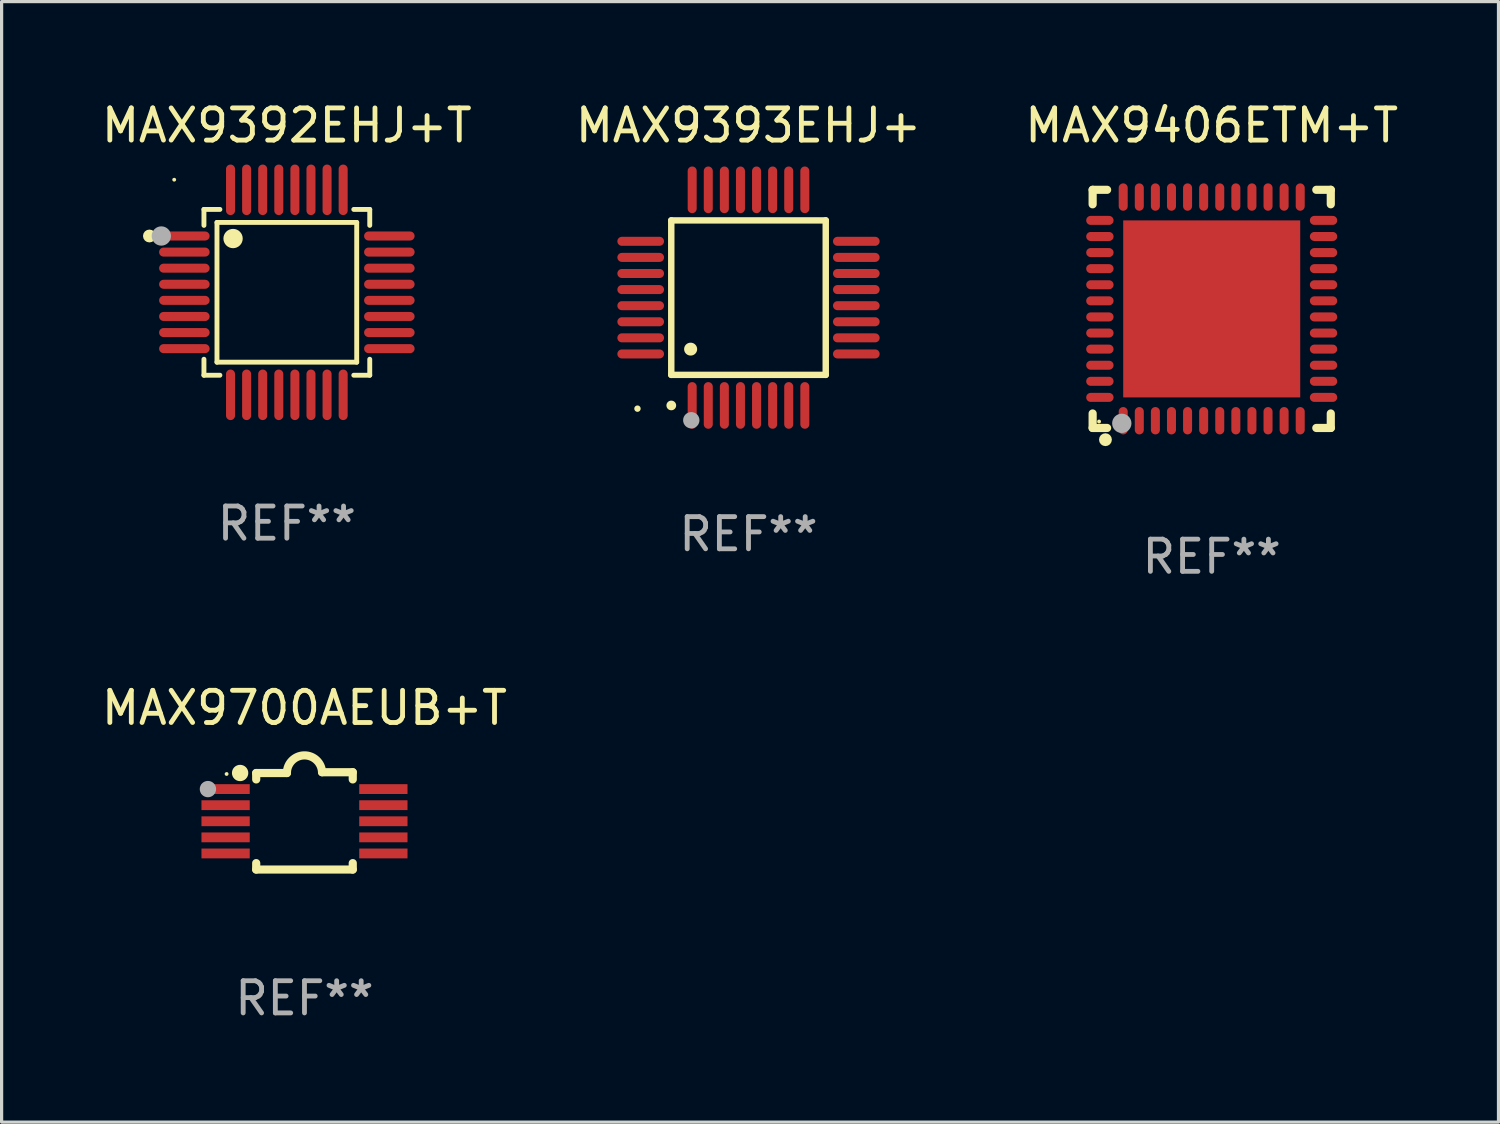
<source format=kicad_pcb>
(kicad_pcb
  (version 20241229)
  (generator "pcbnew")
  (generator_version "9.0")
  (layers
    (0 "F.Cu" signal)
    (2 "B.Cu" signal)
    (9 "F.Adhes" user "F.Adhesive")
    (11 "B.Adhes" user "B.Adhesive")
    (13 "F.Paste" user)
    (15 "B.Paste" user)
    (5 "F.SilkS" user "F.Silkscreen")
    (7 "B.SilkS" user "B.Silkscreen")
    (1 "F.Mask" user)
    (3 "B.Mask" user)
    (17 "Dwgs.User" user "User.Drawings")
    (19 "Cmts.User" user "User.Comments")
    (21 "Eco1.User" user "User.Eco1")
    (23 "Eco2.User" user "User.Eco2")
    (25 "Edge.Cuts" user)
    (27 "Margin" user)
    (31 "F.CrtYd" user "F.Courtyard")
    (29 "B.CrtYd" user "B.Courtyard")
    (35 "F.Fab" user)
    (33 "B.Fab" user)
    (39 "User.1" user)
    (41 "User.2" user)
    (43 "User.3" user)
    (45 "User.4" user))
  (footprint "MAX9393EHJ+"
    (layer "F.Cu")
    (at 20.208 6.198)
    (property "Reference" "MAX9393EHJ+" (at 0 -5.35 0) (layer "F.SilkS") (effects (font (size 1 1) (thickness 0.15))))
    (attr through_hole)
    (fp_line (start -2.4 -2.4) (end -2.4 2.4) (stroke (width 0.2) (type solid)) (layer "F.SilkS"))
    (fp_line (start -2.4 2.4) (end 2.4 2.4) (stroke (width 0.2) (type solid)) (layer "F.SilkS"))
    (fp_line (start 2.4 -2.4) (end -2.4 -2.4) (stroke (width 0.2) (type solid)) (layer "F.SilkS"))
    (fp_line (start 2.4 2.4) (end 2.4 -2.4) (stroke (width 0.2) (type solid)) (layer "F.SilkS"))
    (fp_arc (start -2.400305 3.350267) (mid -2.399035 3.350262) (end -2.397765 3.350267) (stroke (width 0.3) (type solid)) (layer "F.SilkS"))
    (fp_arc (start -1.800864 1.600203) (mid -1.798324 1.600187) (end -1.795784 1.600203) (stroke (width 0.4) (type solid)) (layer "F.SilkS"))
    (fp_circle (center -3.45 3.45) (end -3.4 3.45) (stroke (width 0.1) (type solid)) (fill no) (layer "F.SilkS"))
    (fp_circle (center -1.778 3.81) (end -1.651 3.81) (stroke (width 0.254) (type solid)) (fill no) (layer "F.Fab"))
    (fp_text user "REF**" (at 0 7.35 0) (layer "F.Fab") (effects (font (size 1 1) (thickness 0.15))))
    (pad "1" smd oval (at -1.75 3.35) (size 0.28 1.45) (layers "F.Cu" "F.Mask" "F.Paste"))
    (pad "2" smd oval (at -1.25 3.35) (size 0.28 1.45) (layers "F.Cu" "F.Mask" "F.Paste"))
    (pad "3" smd oval (at -0.75 3.35) (size 0.28 1.45) (layers "F.Cu" "F.Mask" "F.Paste"))
    (pad "4" smd oval (at -0.25 3.35) (size 0.28 1.45) (layers "F.Cu" "F.Mask" "F.Paste"))
    (pad "5" smd oval (at 0.25 3.35) (size 0.28 1.45) (layers "F.Cu" "F.Mask" "F.Paste"))
    (pad "6" smd oval (at 0.75 3.35) (size 0.28 1.45) (layers "F.Cu" "F.Mask" "F.Paste"))
    (pad "7" smd oval (at 1.25 3.35) (size 0.28 1.45) (layers "F.Cu" "F.Mask" "F.Paste"))
    (pad "8" smd oval (at 1.75 3.35) (size 0.28 1.45) (layers "F.Cu" "F.Mask" "F.Paste"))
    (pad "9" smd oval (at 3.35 1.75) (size 1.45 0.28) (layers "F.Cu" "F.Mask" "F.Paste"))
    (pad "10" smd oval (at 3.35 1.25) (size 1.45 0.28) (layers "F.Cu" "F.Mask" "F.Paste"))
    (pad "11" smd oval (at 3.35 0.75) (size 1.45 0.28) (layers "F.Cu" "F.Mask" "F.Paste"))
    (pad "12" smd oval (at 3.35 0.25) (size 1.45 0.28) (layers "F.Cu" "F.Mask" "F.Paste"))
    (pad "13" smd oval (at 3.35 -0.25) (size 1.45 0.28) (layers "F.Cu" "F.Mask" "F.Paste"))
    (pad "14" smd oval (at 3.35 -0.75) (size 1.45 0.28) (layers "F.Cu" "F.Mask" "F.Paste"))
    (pad "15" smd oval (at 3.35 -1.25) (size 1.45 0.28) (layers "F.Cu" "F.Mask" "F.Paste"))
    (pad "16" smd oval (at 3.35 -1.75) (size 1.45 0.28) (layers "F.Cu" "F.Mask" "F.Paste"))
    (pad "17" smd oval (at 1.75 -3.35) (size 0.28 1.45) (layers "F.Cu" "F.Mask" "F.Paste"))
    (pad "18" smd oval (at 1.25 -3.35) (size 0.28 1.45) (layers "F.Cu" "F.Mask" "F.Paste"))
    (pad "19" smd oval (at 0.75 -3.35) (size 0.28 1.45) (layers "F.Cu" "F.Mask" "F.Paste"))
    (pad "20" smd oval (at 0.25 -3.35) (size 0.28 1.45) (layers "F.Cu" "F.Mask" "F.Paste"))
    (pad "21" smd oval (at -0.25 -3.35) (size 0.28 1.45) (layers "F.Cu" "F.Mask" "F.Paste"))
    (pad "22" smd oval (at -0.75 -3.35) (size 0.28 1.45) (layers "F.Cu" "F.Mask" "F.Paste"))
    (pad "23" smd oval (at -1.25 -3.35) (size 0.28 1.45) (layers "F.Cu" "F.Mask" "F.Paste"))
    (pad "24" smd oval (at -1.75 -3.35) (size 0.28 1.45) (layers "F.Cu" "F.Mask" "F.Paste"))
    (pad "25" smd oval (at -3.35 -1.75) (size 1.45 0.28) (layers "F.Cu" "F.Mask" "F.Paste"))
    (pad "26" smd oval (at -3.35 -1.25) (size 1.45 0.28) (layers "F.Cu" "F.Mask" "F.Paste"))
    (pad "27" smd oval (at -3.35 -0.75) (size 1.45 0.28) (layers "F.Cu" "F.Mask" "F.Paste"))
    (pad "28" smd oval (at -3.35 -0.25) (size 1.45 0.28) (layers "F.Cu" "F.Mask" "F.Paste"))
    (pad "29" smd oval (at -3.35 0.25) (size 1.45 0.28) (layers "F.Cu" "F.Mask" "F.Paste"))
    (pad "30" smd oval (at -3.35 0.75) (size 1.45 0.28) (layers "F.Cu" "F.Mask" "F.Paste"))
    (pad "31" smd oval (at -3.35 1.25) (size 1.45 0.28) (layers "F.Cu" "F.Mask" "F.Paste"))
    (pad "32" smd oval (at -3.35 1.75) (size 1.45 0.28) (layers "F.Cu" "F.Mask" "F.Paste")))
  (footprint "MAX9392EHJ+T"
    (layer "F.Cu")
    (at 5.863 6.033)
    (property "Reference" "MAX9392EHJ+T" (at 0 -5.185 0) (layer "F.SilkS") (effects (font (size 1 1) (thickness 0.15))))
    (attr through_hole)
    (fp_line (start -2.576 -2.576) (end -2.576 -2.08) (stroke (width 0.152) (type solid)) (layer "F.SilkS"))
    (fp_line (start -2.576 2.576) (end -2.576 2.08) (stroke (width 0.152) (type solid)) (layer "F.SilkS"))
    (fp_line (start -2.171 -2.171) (end 2.171 -2.171) (stroke (width 0.152) (type solid)) (layer "F.SilkS"))
    (fp_line (start -2.171 2.171) (end -2.171 -2.171) (stroke (width 0.152) (type solid)) (layer "F.SilkS"))
    (fp_line (start -2.08 -2.576) (end -2.576 -2.576) (stroke (width 0.152) (type solid)) (layer "F.SilkS"))
    (fp_line (start -2.08 2.576) (end -2.576 2.576) (stroke (width 0.152) (type solid)) (layer "F.SilkS"))
    (fp_line (start 2.08 -2.576) (end 2.576 -2.576) (stroke (width 0.152) (type solid)) (layer "F.SilkS"))
    (fp_line (start 2.08 2.576) (end 2.576 2.576) (stroke (width 0.152) (type solid)) (layer "F.SilkS"))
    (fp_line (start 2.171 -2.171) (end 2.171 2.171) (stroke (width 0.152) (type solid)) (layer "F.SilkS"))
    (fp_line (start 2.171 2.171) (end -2.171 2.171) (stroke (width 0.152) (type solid)) (layer "F.SilkS"))
    (fp_line (start 2.576 -2.576) (end 2.576 -2.08) (stroke (width 0.152) (type solid)) (layer "F.SilkS"))
    (fp_line (start 2.576 2.576) (end 2.576 2.08) (stroke (width 0.152) (type solid)) (layer "F.SilkS"))
    (fp_circle (center -4.27 -1.75) (end -4.17 -1.75) (stroke (width 0.2) (type solid)) (fill no) (layer "F.SilkS"))
    (fp_circle (center -3.5 -3.5) (end -3.47 -3.5) (stroke (width 0.06) (type solid)) (fill no) (layer "F.SilkS"))
    (fp_circle (center -1.671 -1.671) (end -1.521 -1.671) (stroke (width 0.3) (type solid)) (fill no) (layer "F.SilkS"))
    (fp_circle (center -3.9 -1.75) (end -3.75 -1.75) (stroke (width 0.3) (type solid)) (fill no) (layer "F.Fab"))
    (fp_text user "REF**" (at 0 7.185 0) (layer "F.Fab") (effects (font (size 1 1) (thickness 0.15))))
    (pad "1" smd oval (at -3.185 -1.75 270) (size 0.28 1.57) (layers "F.Cu" "F.Mask" "F.Paste"))
    (pad "2" smd oval (at -3.185 -1.25 270) (size 0.28 1.57) (layers "F.Cu" "F.Mask" "F.Paste"))
    (pad "3" smd oval (at -3.185 -0.75 270) (size 0.28 1.57) (layers "F.Cu" "F.Mask" "F.Paste"))
    (pad "4" smd oval (at -3.185 -0.25 270) (size 0.28 1.57) (layers "F.Cu" "F.Mask" "F.Paste"))
    (pad "5" smd oval (at -3.185 0.25 270) (size 0.28 1.57) (layers "F.Cu" "F.Mask" "F.Paste"))
    (pad "6" smd oval (at -3.185 0.75 270) (size 0.28 1.57) (layers "F.Cu" "F.Mask" "F.Paste"))
    (pad "7" smd oval (at -3.185 1.25 270) (size 0.28 1.57) (layers "F.Cu" "F.Mask" "F.Paste"))
    (pad "8" smd oval (at -3.185 1.75 270) (size 0.28 1.57) (layers "F.Cu" "F.Mask" "F.Paste"))
    (pad "9" smd oval (at -1.75 3.185 270) (size 1.57 0.28) (layers "F.Cu" "F.Mask" "F.Paste"))
    (pad "10" smd oval (at -1.25 3.185 270) (size 1.57 0.28) (layers "F.Cu" "F.Mask" "F.Paste"))
    (pad "11" smd oval (at -0.75 3.185 270) (size 1.57 0.28) (layers "F.Cu" "F.Mask" "F.Paste"))
    (pad "12" smd oval (at -0.25 3.185 270) (size 1.57 0.28) (layers "F.Cu" "F.Mask" "F.Paste"))
    (pad "13" smd oval (at 0.25 3.185 270) (size 1.57 0.28) (layers "F.Cu" "F.Mask" "F.Paste"))
    (pad "14" smd oval (at 0.75 3.185 270) (size 1.57 0.28) (layers "F.Cu" "F.Mask" "F.Paste"))
    (pad "15" smd oval (at 1.25 3.185 270) (size 1.57 0.28) (layers "F.Cu" "F.Mask" "F.Paste"))
    (pad "16" smd oval (at 1.75 3.185 270) (size 1.57 0.28) (layers "F.Cu" "F.Mask" "F.Paste"))
    (pad "17" smd oval (at 3.185 1.75 270) (size 0.28 1.57) (layers "F.Cu" "F.Mask" "F.Paste"))
    (pad "18" smd oval (at 3.185 1.25 270) (size 0.28 1.57) (layers "F.Cu" "F.Mask" "F.Paste"))
    (pad "19" smd oval (at 3.185 0.75 270) (size 0.28 1.57) (layers "F.Cu" "F.Mask" "F.Paste"))
    (pad "20" smd oval (at 3.185 0.25 270) (size 0.28 1.57) (layers "F.Cu" "F.Mask" "F.Paste"))
    (pad "21" smd oval (at 3.185 -0.25 270) (size 0.28 1.57) (layers "F.Cu" "F.Mask" "F.Paste"))
    (pad "22" smd oval (at 3.185 -0.75 270) (size 0.28 1.57) (layers "F.Cu" "F.Mask" "F.Paste"))
    (pad "23" smd oval (at 3.185 -1.25 270) (size 0.28 1.57) (layers "F.Cu" "F.Mask" "F.Paste"))
    (pad "24" smd oval (at 3.185 -1.75 270) (size 0.28 1.57) (layers "F.Cu" "F.Mask" "F.Paste"))
    (pad "25" smd oval (at 1.75 -3.185 270) (size 1.57 0.28) (layers "F.Cu" "F.Mask" "F.Paste"))
    (pad "26" smd oval (at 1.25 -3.185 270) (size 1.57 0.28) (layers "F.Cu" "F.Mask" "F.Paste"))
    (pad "27" smd oval (at 0.75 -3.185 270) (size 1.57 0.28) (layers "F.Cu" "F.Mask" "F.Paste"))
    (pad "28" smd oval (at 0.25 -3.185 270) (size 1.57 0.28) (layers "F.Cu" "F.Mask" "F.Paste"))
    (pad "29" smd oval (at -0.25 -3.185 270) (size 1.57 0.28) (layers "F.Cu" "F.Mask" "F.Paste"))
    (pad "30" smd oval (at -0.75 -3.185 270) (size 1.57 0.28) (layers "F.Cu" "F.Mask" "F.Paste"))
    (pad "31" smd oval (at -1.25 -3.185 270) (size 1.57 0.28) (layers "F.Cu" "F.Mask" "F.Paste"))
    (pad "32" smd oval (at -1.75 -3.185 270) (size 1.57 0.28) (layers "F.Cu" "F.Mask" "F.Paste")))
  (footprint "MAX9406ETM+T"
    (layer "F.Cu")
    (at 34.601 6.548)
    (property "Reference" "MAX9406ETM+T" (at 0 -5.7 0) (layer "F.SilkS") (effects (font (size 1 1) (thickness 0.15))))
    (attr through_hole)
    (fp_line (start -3.7 -3.7) (end -3.25 -3.7) (stroke (width 0.254) (type solid)) (layer "F.SilkS"))
    (fp_line (start -3.7 -3.25) (end -3.7 -3.7) (stroke (width 0.254) (type solid)) (layer "F.SilkS"))
    (fp_line (start -3.7 3.7) (end -3.7 3.25) (stroke (width 0.254) (type solid)) (layer "F.SilkS"))
    (fp_line (start -3.25 3.7) (end -3.7 3.7) (stroke (width 0.254) (type solid)) (layer "F.SilkS"))
    (fp_line (start 3.25 3.7) (end 3.7 3.7) (stroke (width 0.254) (type solid)) (layer "F.SilkS"))
    (fp_line (start 3.7 -3.7) (end 3.25 -3.7) (stroke (width 0.254) (type solid)) (layer "F.SilkS"))
    (fp_line (start 3.7 -3.25) (end 3.7 -3.7) (stroke (width 0.254) (type solid)) (layer "F.SilkS"))
    (fp_line (start 3.7 3.7) (end 3.7 3.25) (stroke (width 0.254) (type solid)) (layer "F.SilkS"))
    (fp_circle (center -3.5 3.5) (end -3.47 3.5) (stroke (width 0.06) (type solid)) (fill no) (layer "F.SilkS"))
    (fp_circle (center -3.302 4.064) (end -3.202 4.064) (stroke (width 0.2) (type solid)) (fill no) (layer "F.SilkS"))
    (fp_circle (center -2.794 3.556) (end -2.644 3.556) (stroke (width 0.3) (type solid)) (fill no) (layer "F.Fab"))
    (fp_text user "REF**" (at 0 7.7 0) (layer "F.Fab") (effects (font (size 1 1) (thickness 0.15))))
    (pad "1" smd oval (at -2.75 3.475) (size 0.28 0.85) (layers "F.Cu" "F.Mask" "F.Paste"))
    (pad "2" smd oval (at -2.25 3.475) (size 0.28 0.85) (layers "F.Cu" "F.Mask" "F.Paste"))
    (pad "3" smd oval (at -1.75 3.475) (size 0.28 0.85) (layers "F.Cu" "F.Mask" "F.Paste"))
    (pad "4" smd oval (at -1.25 3.475) (size 0.28 0.85) (layers "F.Cu" "F.Mask" "F.Paste"))
    (pad "5" smd oval (at -0.75 3.475) (size 0.28 0.85) (layers "F.Cu" "F.Mask" "F.Paste"))
    (pad "6" smd oval (at -0.25 3.475) (size 0.28 0.85) (layers "F.Cu" "F.Mask" "F.Paste"))
    (pad "7" smd oval (at 0.25 3.475) (size 0.28 0.85) (layers "F.Cu" "F.Mask" "F.Paste"))
    (pad "8" smd oval (at 0.75 3.475) (size 0.28 0.85) (layers "F.Cu" "F.Mask" "F.Paste"))
    (pad "9" smd oval (at 1.25 3.475) (size 0.28 0.85) (layers "F.Cu" "F.Mask" "F.Paste"))
    (pad "10" smd oval (at 1.75 3.475) (size 0.28 0.85) (layers "F.Cu" "F.Mask" "F.Paste"))
    (pad "11" smd oval (at 2.25 3.475) (size 0.28 0.85) (layers "F.Cu" "F.Mask" "F.Paste"))
    (pad "12" smd oval (at 2.75 3.475) (size 0.28 0.85) (layers "F.Cu" "F.Mask" "F.Paste"))
    (pad "13" smd oval (at 3.475 2.75) (size 0.85 0.28) (layers "F.Cu" "F.Mask" "F.Paste"))
    (pad "14" smd oval (at 3.475 2.25) (size 0.85 0.28) (layers "F.Cu" "F.Mask" "F.Paste"))
    (pad "15" smd oval (at 3.475 1.75) (size 0.85 0.28) (layers "F.Cu" "F.Mask" "F.Paste"))
    (pad "16" smd oval (at 3.475 1.25) (size 0.85 0.28) (layers "F.Cu" "F.Mask" "F.Paste"))
    (pad "17" smd oval (at 3.475 0.75) (size 0.85 0.28) (layers "F.Cu" "F.Mask" "F.Paste"))
    (pad "18" smd oval (at 3.475 0.25) (size 0.85 0.28) (layers "F.Cu" "F.Mask" "F.Paste"))
    (pad "19" smd oval (at 3.475 -0.25) (size 0.85 0.28) (layers "F.Cu" "F.Mask" "F.Paste"))
    (pad "20" smd oval (at 3.475 -0.75) (size 0.85 0.28) (layers "F.Cu" "F.Mask" "F.Paste"))
    (pad "21" smd oval (at 3.475 -1.25) (size 0.85 0.28) (layers "F.Cu" "F.Mask" "F.Paste"))
    (pad "22" smd oval (at 3.475 -1.75) (size 0.85 0.28) (layers "F.Cu" "F.Mask" "F.Paste"))
    (pad "23" smd oval (at 3.475 -2.25) (size 0.85 0.28) (layers "F.Cu" "F.Mask" "F.Paste"))
    (pad "24" smd oval (at 3.475 -2.75) (size 0.85 0.28) (layers "F.Cu" "F.Mask" "F.Paste"))
    (pad "25" smd oval (at 2.75 -3.475) (size 0.28 0.85) (layers "F.Cu" "F.Mask" "F.Paste"))
    (pad "26" smd oval (at 2.25 -3.475) (size 0.28 0.85) (layers "F.Cu" "F.Mask" "F.Paste"))
    (pad "27" smd oval (at 1.75 -3.475) (size 0.28 0.85) (layers "F.Cu" "F.Mask" "F.Paste"))
    (pad "28" smd oval (at 1.25 -3.475) (size 0.28 0.85) (layers "F.Cu" "F.Mask" "F.Paste"))
    (pad "29" smd oval (at 0.75 -3.475) (size 0.28 0.85) (layers "F.Cu" "F.Mask" "F.Paste"))
    (pad "30" smd oval (at 0.25 -3.475) (size 0.28 0.85) (layers "F.Cu" "F.Mask" "F.Paste"))
    (pad "31" smd oval (at -0.25 -3.475) (size 0.28 0.85) (layers "F.Cu" "F.Mask" "F.Paste"))
    (pad "32" smd oval (at -0.75 -3.475) (size 0.28 0.85) (layers "F.Cu" "F.Mask" "F.Paste"))
    (pad "33" smd oval (at -1.25 -3.475) (size 0.28 0.85) (layers "F.Cu" "F.Mask" "F.Paste"))
    (pad "34" smd oval (at -1.75 -3.475) (size 0.28 0.85) (layers "F.Cu" "F.Mask" "F.Paste"))
    (pad "35" smd oval (at -2.25 -3.475) (size 0.28 0.85) (layers "F.Cu" "F.Mask" "F.Paste"))
    (pad "36" smd oval (at -2.75 -3.475) (size 0.28 0.85) (layers "F.Cu" "F.Mask" "F.Paste"))
    (pad "37" smd oval (at -3.475 -2.75) (size 0.85 0.28) (layers "F.Cu" "F.Mask" "F.Paste"))
    (pad "38" smd oval (at -3.475 -2.25) (size 0.85 0.28) (layers "F.Cu" "F.Mask" "F.Paste"))
    (pad "39" smd oval (at -3.475 -1.75) (size 0.85 0.28) (layers "F.Cu" "F.Mask" "F.Paste"))
    (pad "40" smd oval (at -3.475 -1.25) (size 0.85 0.28) (layers "F.Cu" "F.Mask" "F.Paste"))
    (pad "41" smd oval (at -3.475 -0.75) (size 0.85 0.28) (layers "F.Cu" "F.Mask" "F.Paste"))
    (pad "42" smd oval (at -3.475 -0.25) (size 0.85 0.28) (layers "F.Cu" "F.Mask" "F.Paste"))
    (pad "43" smd oval (at -3.475 0.25) (size 0.85 0.28) (layers "F.Cu" "F.Mask" "F.Paste"))
    (pad "44" smd oval (at -3.475 0.75) (size 0.85 0.28) (layers "F.Cu" "F.Mask" "F.Paste"))
    (pad "45" smd oval (at -3.475 1.25) (size 0.85 0.28) (layers "F.Cu" "F.Mask" "F.Paste"))
    (pad "46" smd oval (at -3.475 1.75) (size 0.85 0.28) (layers "F.Cu" "F.Mask" "F.Paste"))
    (pad "47" smd oval (at -3.475 2.25) (size 0.85 0.28) (layers "F.Cu" "F.Mask" "F.Paste"))
    (pad "48" smd oval (at -3.475 2.75) (size 0.85 0.28) (layers "F.Cu" "F.Mask" "F.Paste"))
    (pad "49" smd rect (at -0.000102 0.000102) (size 5.5 5.5) (layers "F.Cu" "F.Mask" "F.Paste")))
  (footprint "MAX9700AEUB+T"
    (layer "F.Cu")
    (at 6.411 22.457)
    (property "Reference" "MAX9700AEUB+T" (at 0 -3.512 0) (layer "F.SilkS") (effects (font (size 1 1) (thickness 0.15))))
    (attr through_hole)
    (fp_line (start -1.5 -1.288) (end -1.5 -1.487) (stroke (width 0.254) (type solid)) (layer "F.SilkS"))
    (fp_line (start -1.5 1.512) (end -1.5 1.312) (stroke (width 0.254) (type solid)) (layer "F.SilkS"))
    (fp_line (start -0.546 -1.487) (end -1.5 -1.487) (stroke (width 0.254) (type solid)) (layer "F.SilkS"))
    (fp_line (start 1.5 -1.512) (end 0.546 -1.512) (stroke (width 0.254) (type solid)) (layer "F.SilkS"))
    (fp_line (start 1.5 -1.288) (end 1.5 -1.512) (stroke (width 0.254) (type solid)) (layer "F.SilkS"))
    (fp_line (start 1.5 1.512) (end -1.5 1.512) (stroke (width 0.254) (type solid)) (layer "F.SilkS"))
    (fp_line (start 1.5 1.512) (end 1.5 1.312) (stroke (width 0.254) (type solid)) (layer "F.SilkS"))
    (fp_arc (start -0.546151 -1.486601) (mid -0.01246 -2.032889) (end 0.54605 -1.512002) (stroke (width 0.254001) (type solid)) (layer "F.SilkS"))
    (fp_circle (center -2.42 -1.458) (end -2.39 -1.458) (stroke (width 0.06) (type solid)) (fill no) (layer "F.SilkS"))
    (fp_circle (center -2 -1.488) (end -1.873 -1.488) (stroke (width 0.254) (type solid)) (fill no) (layer "F.SilkS"))
    (fp_circle (center -3 -0.988) (end -2.873 -0.988) (stroke (width 0.254) (type solid)) (fill no) (layer "F.Fab"))
    (fp_text user "REF**" (at 0 5.512 0) (layer "F.Fab") (effects (font (size 1 1) (thickness 0.15))))
    (pad "1" smd rect (at -2.451 -0.988) (size 1.5 0.305) (layers "F.Cu" "F.Mask" "F.Paste"))
    (pad "2" smd rect (at -2.451 -0.488) (size 1.5 0.305) (layers "F.Cu" "F.Mask" "F.Paste"))
    (pad "3" smd rect (at -2.451 0.012) (size 1.5 0.305) (layers "F.Cu" "F.Mask" "F.Paste"))
    (pad "4" smd rect (at -2.451 0.512) (size 1.5 0.305) (layers "F.Cu" "F.Mask" "F.Paste"))
    (pad "5" smd rect (at -2.451 1.012) (size 1.5 0.305) (layers "F.Cu" "F.Mask" "F.Paste"))
    (pad "6" smd rect (at 2.451 1.012) (size 1.5 0.305) (layers "F.Cu" "F.Mask" "F.Paste"))
    (pad "7" smd rect (at 2.451 0.512) (size 1.5 0.305) (layers "F.Cu" "F.Mask" "F.Paste"))
    (pad "8" smd rect (at 2.451 0.012) (size 1.5 0.305) (layers "F.Cu" "F.Mask" "F.Paste"))
    (pad "9" smd rect (at 2.451 -0.488) (size 1.5 0.305) (layers "F.Cu" "F.Mask" "F.Paste"))
    (pad "10" smd rect (at 2.451 -0.988) (size 1.5 0.305) (layers "F.Cu" "F.Mask" "F.Paste")))
  (gr_rect
    (start -3 -3)
    (end 43.512 31.817)
    (stroke (width 0.1) (type default))
    (fill no)
    (layer "Edge.Cuts")))
</source>
